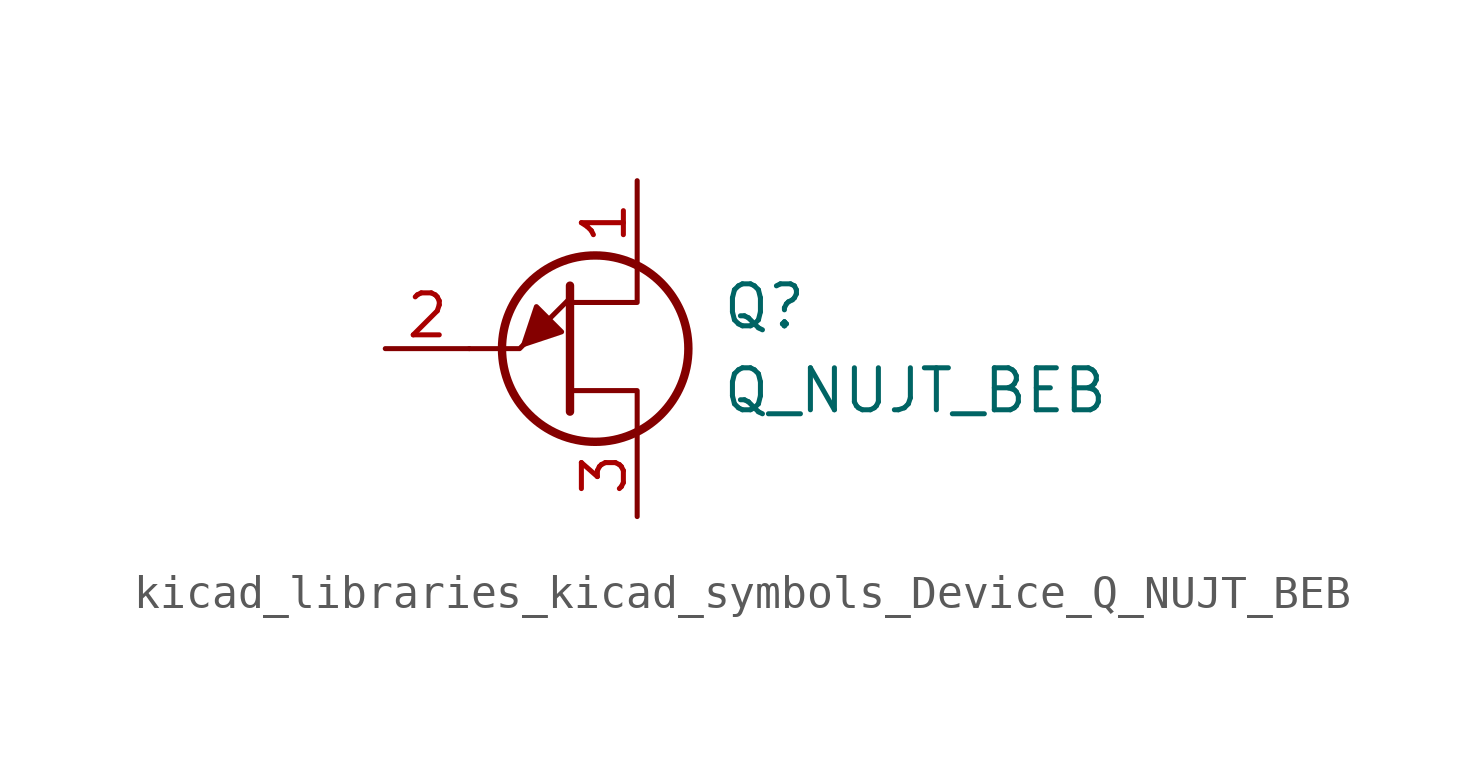
<source format=kicad_sym>
(kicad_symbol_lib
  (version 20220914)
  (generator kicad_symbol_editor)
  (symbol "kicad_libraries_kicad_symbols_Device_Q_NUJT_BEB"
    (pin_names
      (offset 0) hide)
    (property "Reference" "Q"
      (at 5.08 1.27 0)
      (effects (font (size 1.27 1.27)) (justify left)))
    (property "Value" "Q_NUJT_BEB"
      (at 5.08 -1.27 0)
      (effects (font (size 1.27 1.27)) (justify left)))
    (symbol "kicad_libraries_kicad_symbols_Device_Q_NUJT_BEB_0_1"
      (polyline (pts (xy -2.54 0) (xy -1.016 0) (xy 0.508 1.524)) (stroke (width 0) (type default)) (fill (type none)))
      (polyline (pts (xy 0.508 1.905) (xy 0.508 -1.905) (xy 0.508 -1.905)) (stroke (width 0.254) (type default)) (fill (type none)))
      (polyline (pts (xy 2.54 -2.54) (xy 2.54 -1.27) (xy 0.508 -1.27)) (stroke (width 0) (type default)) (fill (type none)))
      (polyline (pts (xy 2.54 2.54) (xy 2.54 1.397) (xy 0.508 1.397)) (stroke (width 0) (type default)) (fill (type none)))
      (polyline (pts (xy -0.889 0.127) (xy -0.508 1.27) (xy 0.254 0.508) (xy -0.889 0.127)) (stroke (width 0) (type default)) (fill (type outline)))
      (circle (center 1.27 0) (radius 2.819) (stroke (width 0.254) (type default)) (fill (type none))))
    (symbol "kicad_libraries_kicad_symbols_Device_Q_NUJT_BEB_1_1"
      (pin passive line (at 2.54 5.08 270) (length 2.54) (name "B2" (effects (font (size 1.27 1.27)))) (number "1" (effects (font (size 1.27 1.27)))))
      (pin input line (at -5.08 0 0) (length 2.54) (name "E" (effects (font (size 1.27 1.27)))) (number "2" (effects (font (size 1.27 1.27)))))
      (pin passive line (at 2.54 -5.08 90) (length 2.54) (name "B1" (effects (font (size 1.27 1.27)))) (number "3" (effects (font (size 1.27 1.27))))))))
</source>
